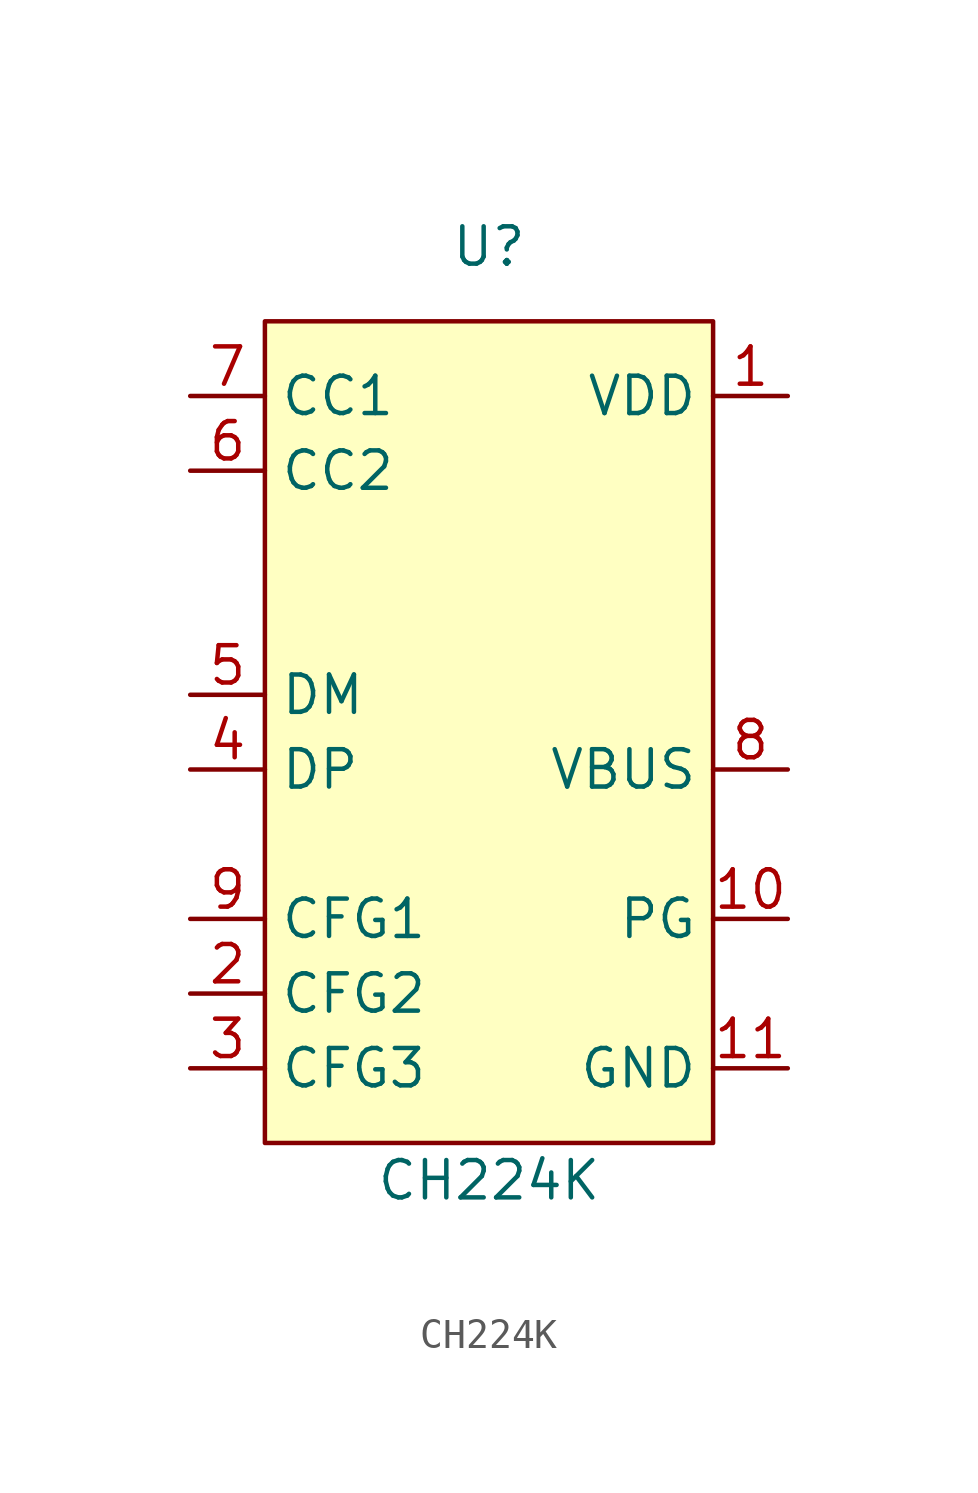
<source format=kicad_sym>
(kicad_symbol_lib
  (version 20220914)
  (generator kicad_symbol_editor)
  (symbol "CH224K"
    (property "Reference" "U"
      (at 0 15.24 0)
      (effects (font (size 1.27 1.27))))
    (property "Value" "CH224K"
      (at 0 -16.51 0)
      (effects (font (size 1.27 1.27))))
    (symbol "CH224K_0_1"
      (rectangle (start -7.62 12.7) (end 7.62 -15.24) (stroke (width 0) (type default)) (fill (type background)))
      (pin unspecified line (at 10.16 10.16 180) (length 2.54) (name "VDD" (effects (font (size 1.27 1.27)))) (number "1" (effects (font (size 1.27 1.27)))))
      (pin unspecified line (at 10.16 -7.62 180) (length 2.54) (name "PG" (effects (font (size 1.27 1.27)))) (number "10" (effects (font (size 1.27 1.27)))))
      (pin unspecified line (at 10.16 -12.7 180) (length 2.54) (name "GND" (effects (font (size 1.27 1.27)))) (number "11" (effects (font (size 1.27 1.27)))))
      (pin unspecified line (at -10.16 -10.16 0) (length 2.54) (name "CFG2" (effects (font (size 1.27 1.27)))) (number "2" (effects (font (size 1.27 1.27)))))
      (pin unspecified line (at -10.16 -12.7 0) (length 2.54) (name "CFG3" (effects (font (size 1.27 1.27)))) (number "3" (effects (font (size 1.27 1.27)))))
      (pin unspecified line (at -10.16 -2.54 0) (length 2.54) (name "DP" (effects (font (size 1.27 1.27)))) (number "4" (effects (font (size 1.27 1.27)))))
      (pin unspecified line (at -10.16 0 0) (length 2.54) (name "DM" (effects (font (size 1.27 1.27)))) (number "5" (effects (font (size 1.27 1.27)))))
      (pin unspecified line (at -10.16 7.62 0) (length 2.54) (name "CC2" (effects (font (size 1.27 1.27)))) (number "6" (effects (font (size 1.27 1.27)))))
      (pin unspecified line (at -10.16 10.16 0) (length 2.54) (name "CC1" (effects (font (size 1.27 1.27)))) (number "7" (effects (font (size 1.27 1.27)))))
      (pin unspecified line (at 10.16 -2.54 180) (length 2.54) (name "VBUS" (effects (font (size 1.27 1.27)))) (number "8" (effects (font (size 1.27 1.27)))))
      (pin unspecified line (at -10.16 -7.62 0) (length 2.54) (name "CFG1" (effects (font (size 1.27 1.27)))) (number "9" (effects (font (size 1.27 1.27))))))))
</source>
